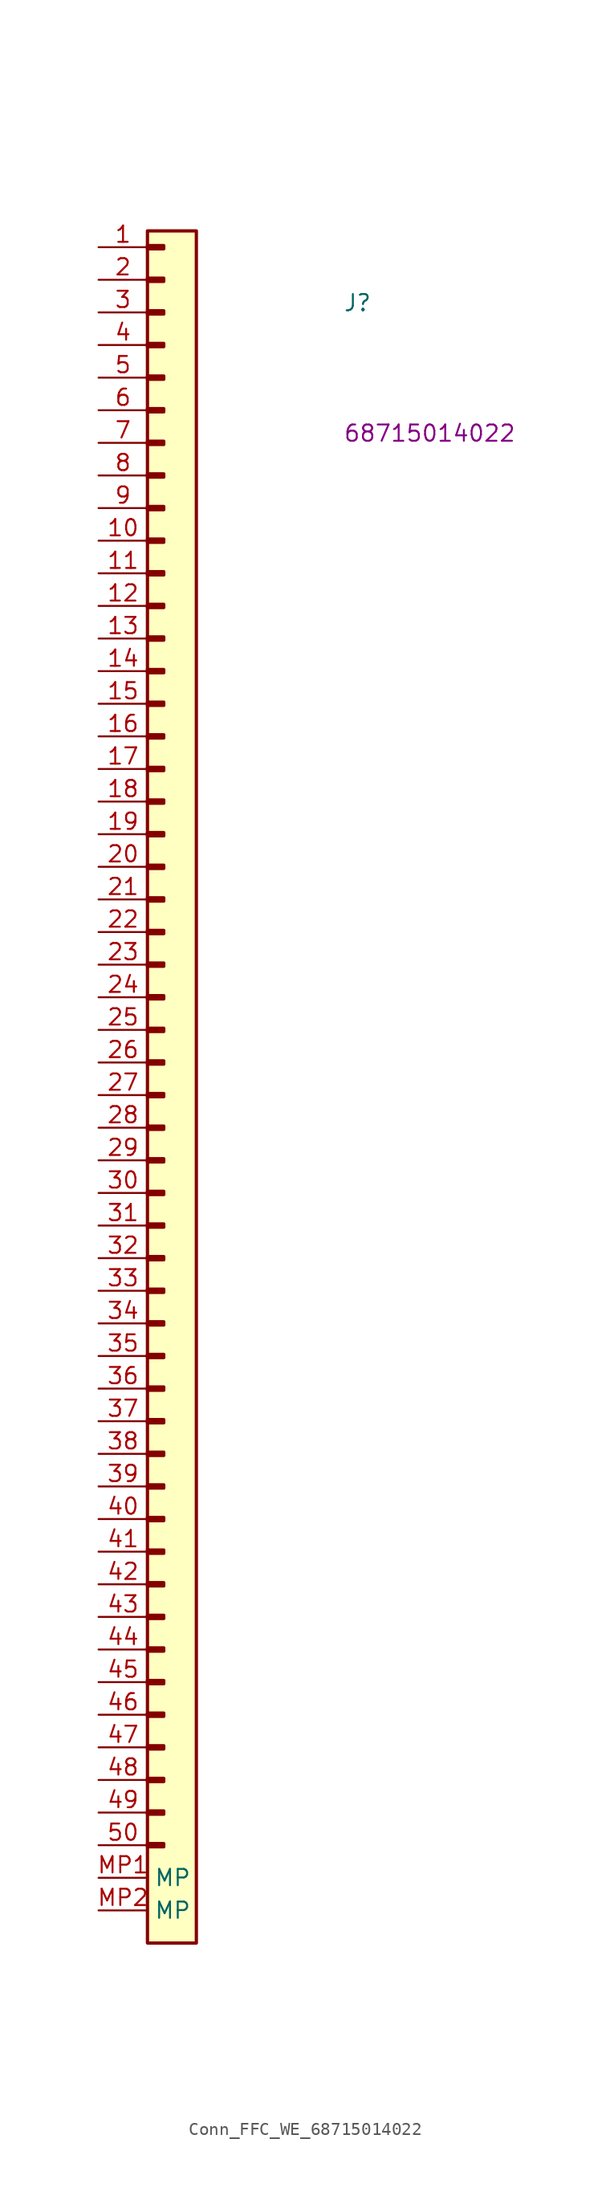
<source format=kicad_sym>
(kicad_symbol_lib
  (version 20220914)
  (generator kicad_symbol_editor)
  (symbol "Conn_FFC_WE_68715014022"
    (property "Reference" "J"
      (at 19.05 -5.08 0)
      (effects (font (size 1.27 1.27) (thickness 0.15)) (justify left bottom)))
    (property "MPN" "68715014022"
      (at 19.05 -15.24 0)
      (effects (font (size 1.27 1.27) (thickness 0.15)) (justify left bottom)))
    (symbol "Conn_FFC_WE_68715014022_1_1"
      (rectangle (start 3.81 -124.333) (end 5.08 -124.587) (stroke (width 0.254) (type default)) (fill (type background)))
      (rectangle (start 3.81 -121.793) (end 5.08 -122.047) (stroke (width 0.254) (type default)) (fill (type background)))
      (rectangle (start 3.81 -119.253) (end 5.08 -119.507) (stroke (width 0.254) (type default)) (fill (type background)))
      (rectangle (start 3.81 -116.713) (end 5.08 -116.967) (stroke (width 0.254) (type default)) (fill (type background)))
      (rectangle (start 3.81 -114.173) (end 5.08 -114.427) (stroke (width 0.254) (type default)) (fill (type background)))
      (rectangle (start 3.81 -111.633) (end 5.08 -111.887) (stroke (width 0.254) (type default)) (fill (type background)))
      (rectangle (start 3.81 -109.093) (end 5.08 -109.347) (stroke (width 0.254) (type default)) (fill (type background)))
      (rectangle (start 3.81 -106.553) (end 5.08 -106.807) (stroke (width 0.254) (type default)) (fill (type background)))
      (rectangle (start 3.81 -104.013) (end 5.08 -104.267) (stroke (width 0.254) (type default)) (fill (type background)))
      (rectangle (start 3.81 -101.473) (end 5.08 -101.727) (stroke (width 0.254) (type default)) (fill (type background)))
      (rectangle (start 3.81 -98.933) (end 5.08 -99.187) (stroke (width 0.254) (type default)) (fill (type background)))
      (rectangle (start 3.81 -96.393) (end 5.08 -96.647) (stroke (width 0.254) (type default)) (fill (type background)))
      (rectangle (start 3.81 -93.853) (end 5.08 -94.107) (stroke (width 0.254) (type default)) (fill (type background)))
      (rectangle (start 3.81 -91.313) (end 5.08 -91.567) (stroke (width 0.254) (type default)) (fill (type background)))
      (rectangle (start 3.81 -88.773) (end 5.08 -89.027) (stroke (width 0.254) (type default)) (fill (type background)))
      (rectangle (start 3.81 -86.233) (end 5.08 -86.487) (stroke (width 0.254) (type default)) (fill (type background)))
      (rectangle (start 3.81 -83.693) (end 5.08 -83.947) (stroke (width 0.254) (type default)) (fill (type background)))
      (rectangle (start 3.81 -81.153) (end 5.08 -81.407) (stroke (width 0.254) (type default)) (fill (type background)))
      (rectangle (start 3.81 -78.613) (end 5.08 -78.867) (stroke (width 0.254) (type default)) (fill (type background)))
      (rectangle (start 3.81 -76.073) (end 5.08 -76.327) (stroke (width 0.254) (type default)) (fill (type background)))
      (rectangle (start 3.81 -73.533) (end 5.08 -73.787) (stroke (width 0.254) (type default)) (fill (type background)))
      (rectangle (start 3.81 -70.993) (end 5.08 -71.247) (stroke (width 0.254) (type default)) (fill (type background)))
      (rectangle (start 3.81 -68.453) (end 5.08 -68.707) (stroke (width 0.254) (type default)) (fill (type background)))
      (rectangle (start 3.81 -65.913) (end 5.08 -66.167) (stroke (width 0.254) (type default)) (fill (type background)))
      (rectangle (start 3.81 -63.373) (end 5.08 -63.627) (stroke (width 0.254) (type default)) (fill (type background)))
      (rectangle (start 3.81 -60.833) (end 5.08 -61.087) (stroke (width 0.254) (type default)) (fill (type background)))
      (rectangle (start 3.81 -58.293) (end 5.08 -58.547) (stroke (width 0.254) (type default)) (fill (type background)))
      (rectangle (start 3.81 -55.753) (end 5.08 -56.007) (stroke (width 0.254) (type default)) (fill (type background)))
      (rectangle (start 3.81 -53.213) (end 5.08 -53.467) (stroke (width 0.254) (type default)) (fill (type background)))
      (rectangle (start 3.81 -50.673) (end 5.08 -50.927) (stroke (width 0.254) (type default)) (fill (type background)))
      (rectangle (start 3.81 -48.133) (end 5.08 -48.387) (stroke (width 0.254) (type default)) (fill (type background)))
      (rectangle (start 3.81 -45.593) (end 5.08 -45.847) (stroke (width 0.254) (type default)) (fill (type background)))
      (rectangle (start 3.81 -43.053) (end 5.08 -43.307) (stroke (width 0.254) (type default)) (fill (type background)))
      (rectangle (start 3.81 -40.513) (end 5.08 -40.767) (stroke (width 0.254) (type default)) (fill (type background)))
      (rectangle (start 3.81 -37.973) (end 5.08 -38.227) (stroke (width 0.254) (type default)) (fill (type background)))
      (rectangle (start 3.81 -35.433) (end 5.08 -35.687) (stroke (width 0.254) (type default)) (fill (type background)))
      (rectangle (start 3.81 -32.893) (end 5.08 -33.147) (stroke (width 0.254) (type default)) (fill (type background)))
      (rectangle (start 3.81 -30.353) (end 5.08 -30.607) (stroke (width 0.254) (type default)) (fill (type background)))
      (rectangle (start 3.81 -27.813) (end 5.08 -28.067) (stroke (width 0.254) (type default)) (fill (type background)))
      (rectangle (start 3.81 -25.273) (end 5.08 -25.527) (stroke (width 0.254) (type default)) (fill (type background)))
      (rectangle (start 3.81 -22.733) (end 5.08 -22.987) (stroke (width 0.254) (type default)) (fill (type background)))
      (rectangle (start 3.81 -20.193) (end 5.08 -20.447) (stroke (width 0.254) (type default)) (fill (type background)))
      (rectangle (start 3.81 -17.653) (end 5.08 -17.907) (stroke (width 0.254) (type default)) (fill (type background)))
      (rectangle (start 3.81 -15.113) (end 5.08 -15.367) (stroke (width 0.254) (type default)) (fill (type background)))
      (rectangle (start 3.81 -12.573) (end 5.08 -12.827) (stroke (width 0.254) (type default)) (fill (type background)))
      (rectangle (start 3.81 -10.033) (end 5.08 -10.287) (stroke (width 0.254) (type default)) (fill (type background)))
      (rectangle (start 3.81 -7.493) (end 5.08 -7.747) (stroke (width 0.254) (type default)) (fill (type background)))
      (rectangle (start 3.81 -4.953) (end 5.08 -5.207) (stroke (width 0.254) (type default)) (fill (type background)))
      (rectangle (start 3.81 -2.413) (end 5.08 -2.667) (stroke (width 0.254) (type default)) (fill (type background)))
      (rectangle (start 3.81 0.127) (end 5.08 -0.127) (stroke (width 0.254) (type default)) (fill (type background)))
      (rectangle (start 3.81 1.27) (end 7.62 -132.08) (stroke (width 0.254) (type default)) (fill (type background)))
      (pin passive line (at 0 0 0) (length 3.81) (name "~" (effects (font (size 1.27 1.27)))) (number "1" (effects (font (size 1.27 1.27)))))
      (pin passive line (at 0 -22.86 0) (length 3.81) (name "~" (effects (font (size 1.27 1.27)))) (number "10" (effects (font (size 1.27 1.27)))))
      (pin passive line (at 0 -25.4 0) (length 3.81) (name "~" (effects (font (size 1.27 1.27)))) (number "11" (effects (font (size 1.27 1.27)))))
      (pin passive line (at 0 -27.94 0) (length 3.81) (name "~" (effects (font (size 1.27 1.27)))) (number "12" (effects (font (size 1.27 1.27)))))
      (pin passive line (at 0 -30.48 0) (length 3.81) (name "~" (effects (font (size 1.27 1.27)))) (number "13" (effects (font (size 1.27 1.27)))))
      (pin passive line (at 0 -33.02 0) (length 3.81) (name "~" (effects (font (size 1.27 1.27)))) (number "14" (effects (font (size 1.27 1.27)))))
      (pin passive line (at 0 -35.56 0) (length 3.81) (name "~" (effects (font (size 1.27 1.27)))) (number "15" (effects (font (size 1.27 1.27)))))
      (pin passive line (at 0 -38.1 0) (length 3.81) (name "~" (effects (font (size 1.27 1.27)))) (number "16" (effects (font (size 1.27 1.27)))))
      (pin passive line (at 0 -40.64 0) (length 3.81) (name "~" (effects (font (size 1.27 1.27)))) (number "17" (effects (font (size 1.27 1.27)))))
      (pin passive line (at 0 -43.18 0) (length 3.81) (name "~" (effects (font (size 1.27 1.27)))) (number "18" (effects (font (size 1.27 1.27)))))
      (pin passive line (at 0 -45.72 0) (length 3.81) (name "~" (effects (font (size 1.27 1.27)))) (number "19" (effects (font (size 1.27 1.27)))))
      (pin passive line (at 0 -2.54 0) (length 3.81) (name "~" (effects (font (size 1.27 1.27)))) (number "2" (effects (font (size 1.27 1.27)))))
      (pin passive line (at 0 -48.26 0) (length 3.81) (name "~" (effects (font (size 1.27 1.27)))) (number "20" (effects (font (size 1.27 1.27)))))
      (pin passive line (at 0 -50.8 0) (length 3.81) (name "~" (effects (font (size 1.27 1.27)))) (number "21" (effects (font (size 1.27 1.27)))))
      (pin passive line (at 0 -53.34 0) (length 3.81) (name "~" (effects (font (size 1.27 1.27)))) (number "22" (effects (font (size 1.27 1.27)))))
      (pin passive line (at 0 -55.88 0) (length 3.81) (name "~" (effects (font (size 1.27 1.27)))) (number "23" (effects (font (size 1.27 1.27)))))
      (pin passive line (at 0 -58.42 0) (length 3.81) (name "~" (effects (font (size 1.27 1.27)))) (number "24" (effects (font (size 1.27 1.27)))))
      (pin passive line (at 0 -60.96 0) (length 3.81) (name "~" (effects (font (size 1.27 1.27)))) (number "25" (effects (font (size 1.27 1.27)))))
      (pin passive line (at 0 -63.5 0) (length 3.81) (name "~" (effects (font (size 1.27 1.27)))) (number "26" (effects (font (size 1.27 1.27)))))
      (pin passive line (at 0 -66.04 0) (length 3.81) (name "~" (effects (font (size 1.27 1.27)))) (number "27" (effects (font (size 1.27 1.27)))))
      (pin passive line (at 0 -68.58 0) (length 3.81) (name "~" (effects (font (size 1.27 1.27)))) (number "28" (effects (font (size 1.27 1.27)))))
      (pin passive line (at 0 -71.12 0) (length 3.81) (name "~" (effects (font (size 1.27 1.27)))) (number "29" (effects (font (size 1.27 1.27)))))
      (pin passive line (at 0 -5.08 0) (length 3.81) (name "~" (effects (font (size 1.27 1.27)))) (number "3" (effects (font (size 1.27 1.27)))))
      (pin passive line (at 0 -73.66 0) (length 3.81) (name "~" (effects (font (size 1.27 1.27)))) (number "30" (effects (font (size 1.27 1.27)))))
      (pin passive line (at 0 -76.2 0) (length 3.81) (name "~" (effects (font (size 1.27 1.27)))) (number "31" (effects (font (size 1.27 1.27)))))
      (pin passive line (at 0 -78.74 0) (length 3.81) (name "~" (effects (font (size 1.27 1.27)))) (number "32" (effects (font (size 1.27 1.27)))))
      (pin passive line (at 0 -81.28 0) (length 3.81) (name "~" (effects (font (size 1.27 1.27)))) (number "33" (effects (font (size 1.27 1.27)))))
      (pin passive line (at 0 -83.82 0) (length 3.81) (name "~" (effects (font (size 1.27 1.27)))) (number "34" (effects (font (size 1.27 1.27)))))
      (pin passive line (at 0 -86.36 0) (length 3.81) (name "~" (effects (font (size 1.27 1.27)))) (number "35" (effects (font (size 1.27 1.27)))))
      (pin passive line (at 0 -88.9 0) (length 3.81) (name "~" (effects (font (size 1.27 1.27)))) (number "36" (effects (font (size 1.27 1.27)))))
      (pin passive line (at 0 -91.44 0) (length 3.81) (name "~" (effects (font (size 1.27 1.27)))) (number "37" (effects (font (size 1.27 1.27)))))
      (pin passive line (at 0 -93.98 0) (length 3.81) (name "~" (effects (font (size 1.27 1.27)))) (number "38" (effects (font (size 1.27 1.27)))))
      (pin passive line (at 0 -96.52 0) (length 3.81) (name "~" (effects (font (size 1.27 1.27)))) (number "39" (effects (font (size 1.27 1.27)))))
      (pin passive line (at 0 -7.62 0) (length 3.81) (name "~" (effects (font (size 1.27 1.27)))) (number "4" (effects (font (size 1.27 1.27)))))
      (pin passive line (at 0 -99.06 0) (length 3.81) (name "~" (effects (font (size 1.27 1.27)))) (number "40" (effects (font (size 1.27 1.27)))))
      (pin passive line (at 0 -101.6 0) (length 3.81) (name "~" (effects (font (size 1.27 1.27)))) (number "41" (effects (font (size 1.27 1.27)))))
      (pin passive line (at 0 -104.14 0) (length 3.81) (name "~" (effects (font (size 1.27 1.27)))) (number "42" (effects (font (size 1.27 1.27)))))
      (pin passive line (at 0 -106.68 0) (length 3.81) (name "~" (effects (font (size 1.27 1.27)))) (number "43" (effects (font (size 1.27 1.27)))))
      (pin passive line (at 0 -109.22 0) (length 3.81) (name "~" (effects (font (size 1.27 1.27)))) (number "44" (effects (font (size 1.27 1.27)))))
      (pin passive line (at 0 -111.76 0) (length 3.81) (name "~" (effects (font (size 1.27 1.27)))) (number "45" (effects (font (size 1.27 1.27)))))
      (pin passive line (at 0 -114.3 0) (length 3.81) (name "~" (effects (font (size 1.27 1.27)))) (number "46" (effects (font (size 1.27 1.27)))))
      (pin passive line (at 0 -116.84 0) (length 3.81) (name "~" (effects (font (size 1.27 1.27)))) (number "47" (effects (font (size 1.27 1.27)))))
      (pin passive line (at 0 -119.38 0) (length 3.81) (name "~" (effects (font (size 1.27 1.27)))) (number "48" (effects (font (size 1.27 1.27)))))
      (pin passive line (at 0 -121.92 0) (length 3.81) (name "~" (effects (font (size 1.27 1.27)))) (number "49" (effects (font (size 1.27 1.27)))))
      (pin passive line (at 0 -10.16 0) (length 3.81) (name "~" (effects (font (size 1.27 1.27)))) (number "5" (effects (font (size 1.27 1.27)))))
      (pin passive line (at 0 -124.46 0) (length 3.81) (name "~" (effects (font (size 1.27 1.27)))) (number "50" (effects (font (size 1.27 1.27)))))
      (pin passive line (at 0 -12.7 0) (length 3.81) (name "~" (effects (font (size 1.27 1.27)))) (number "6" (effects (font (size 1.27 1.27)))))
      (pin passive line (at 0 -15.24 0) (length 3.81) (name "~" (effects (font (size 1.27 1.27)))) (number "7" (effects (font (size 1.27 1.27)))))
      (pin passive line (at 0 -17.78 0) (length 3.81) (name "~" (effects (font (size 1.27 1.27)))) (number "8" (effects (font (size 1.27 1.27)))))
      (pin passive line (at 0 -20.32 0) (length 3.81) (name "~" (effects (font (size 1.27 1.27)))) (number "9" (effects (font (size 1.27 1.27)))))
      (pin passive line (at 0 -127 0) (length 3.81) (name "MP" (effects (font (size 1.27 1.27)))) (number "MP1" (effects (font (size 1.27 1.27)))))
      (pin passive line (at 0 -129.54 0) (length 3.81) (name "MP" (effects (font (size 1.27 1.27)))) (number "MP2" (effects (font (size 1.27 1.27))))))))
</source>
